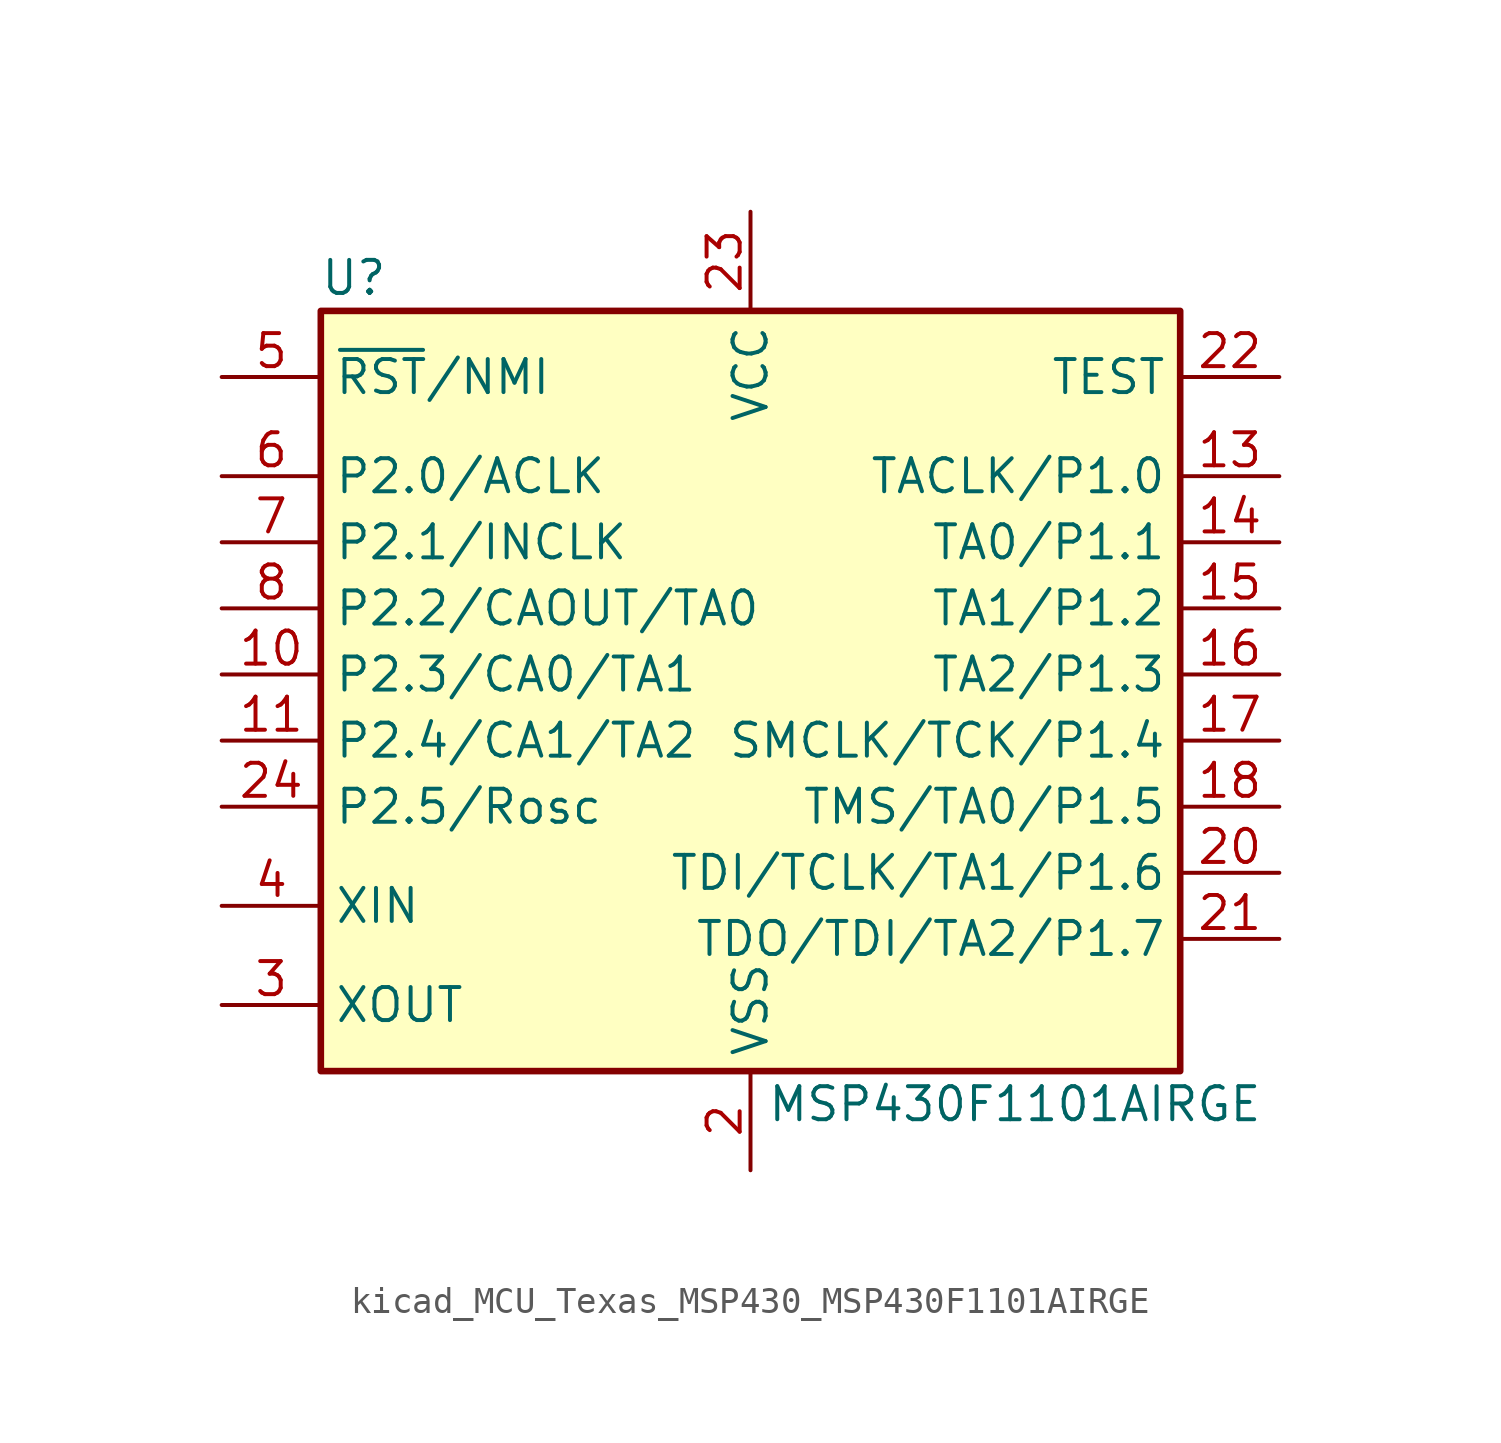
<source format=kicad_sym>
(kicad_symbol_lib
  (version 20220914)
  (generator kicad_symbol_editor)
  (symbol "kicad_MCU_Texas_MSP430_MSP430F1101AIRGE"
    (property "Reference" "U"
      (at -15.24 15.24 0)
      (effects (font (size 1.27 1.27))))
    (property "Value" "MSP430F1101AIRGE"
      (at 10.16 -16.51 0)
      (effects (font (size 1.27 1.27))))
    (symbol "kicad_MCU_Texas_MSP430_MSP430F1101AIRGE_0_1"
      (rectangle (start -16.51 13.97) (end 16.51 -15.24) (stroke (width 0.254) (type default)) (fill (type background))))
    (symbol "kicad_MCU_Texas_MSP430_MSP430F1101AIRGE_1_1"
      (pin bidirectional line (at -20.32 0 0) (length 3.81) (name "P2.3/CA0/TA1" (effects (font (size 1.27 1.27)))) (number "10" (effects (font (size 1.27 1.27)))))
      (pin bidirectional line (at -20.32 -2.54 0) (length 3.81) (name "P2.4/CA1/TA2" (effects (font (size 1.27 1.27)))) (number "11" (effects (font (size 1.27 1.27)))))
      (pin bidirectional line (at 20.32 7.62 180) (length 3.81) (name "TACLK/P1.0" (effects (font (size 1.27 1.27)))) (number "13" (effects (font (size 1.27 1.27)))))
      (pin bidirectional line (at 20.32 5.08 180) (length 3.81) (name "TA0/P1.1" (effects (font (size 1.27 1.27)))) (number "14" (effects (font (size 1.27 1.27)))))
      (pin bidirectional line (at 20.32 2.54 180) (length 3.81) (name "TA1/P1.2" (effects (font (size 1.27 1.27)))) (number "15" (effects (font (size 1.27 1.27)))))
      (pin bidirectional line (at 20.32 0 180) (length 3.81) (name "TA2/P1.3" (effects (font (size 1.27 1.27)))) (number "16" (effects (font (size 1.27 1.27)))))
      (pin bidirectional line (at 20.32 -2.54 180) (length 3.81) (name "SMCLK/TCK/P1.4" (effects (font (size 1.27 1.27)))) (number "17" (effects (font (size 1.27 1.27)))))
      (pin bidirectional line (at 20.32 -5.08 180) (length 3.81) (name "TMS/TA0/P1.5" (effects (font (size 1.27 1.27)))) (number "18" (effects (font (size 1.27 1.27)))))
      (pin power_in line (at 0 -19.05 90) (length 3.81) (name "VSS" (effects (font (size 1.27 1.27)))) (number "2" (effects (font (size 1.27 1.27)))))
      (pin bidirectional line (at 20.32 -7.62 180) (length 3.81) (name "TDI/TCLK/TA1/P1.6" (effects (font (size 1.27 1.27)))) (number "20" (effects (font (size 1.27 1.27)))))
      (pin bidirectional line (at 20.32 -10.16 180) (length 3.81) (name "TDO/TDI/TA2/P1.7" (effects (font (size 1.27 1.27)))) (number "21" (effects (font (size 1.27 1.27)))))
      (pin input line (at 20.32 11.43 180) (length 3.81) (name "TEST" (effects (font (size 1.27 1.27)))) (number "22" (effects (font (size 1.27 1.27)))))
      (pin power_in line (at 0 17.78 270) (length 3.81) (name "VCC" (effects (font (size 1.27 1.27)))) (number "23" (effects (font (size 1.27 1.27)))))
      (pin bidirectional line (at -20.32 -5.08 0) (length 3.81) (name "P2.5/Rosc" (effects (font (size 1.27 1.27)))) (number "24" (effects (font (size 1.27 1.27)))))
      (pin output line (at -20.32 -12.7 0) (length 3.81) (name "XOUT" (effects (font (size 1.27 1.27)))) (number "3" (effects (font (size 1.27 1.27)))))
      (pin input line (at -20.32 -8.89 0) (length 3.81) (name "XIN" (effects (font (size 1.27 1.27)))) (number "4" (effects (font (size 1.27 1.27)))))
      (pin input line (at -20.32 11.43 0) (length 3.81) (name "~{RST}/NMI" (effects (font (size 1.27 1.27)))) (number "5" (effects (font (size 1.27 1.27)))))
      (pin bidirectional line (at -20.32 7.62 0) (length 3.81) (name "P2.0/ACLK" (effects (font (size 1.27 1.27)))) (number "6" (effects (font (size 1.27 1.27)))))
      (pin bidirectional line (at -20.32 5.08 0) (length 3.81) (name "P2.1/INCLK" (effects (font (size 1.27 1.27)))) (number "7" (effects (font (size 1.27 1.27)))))
      (pin bidirectional line (at -20.32 2.54 0) (length 3.81) (name "P2.2/CAOUT/TA0" (effects (font (size 1.27 1.27)))) (number "8" (effects (font (size 1.27 1.27))))))))
</source>
